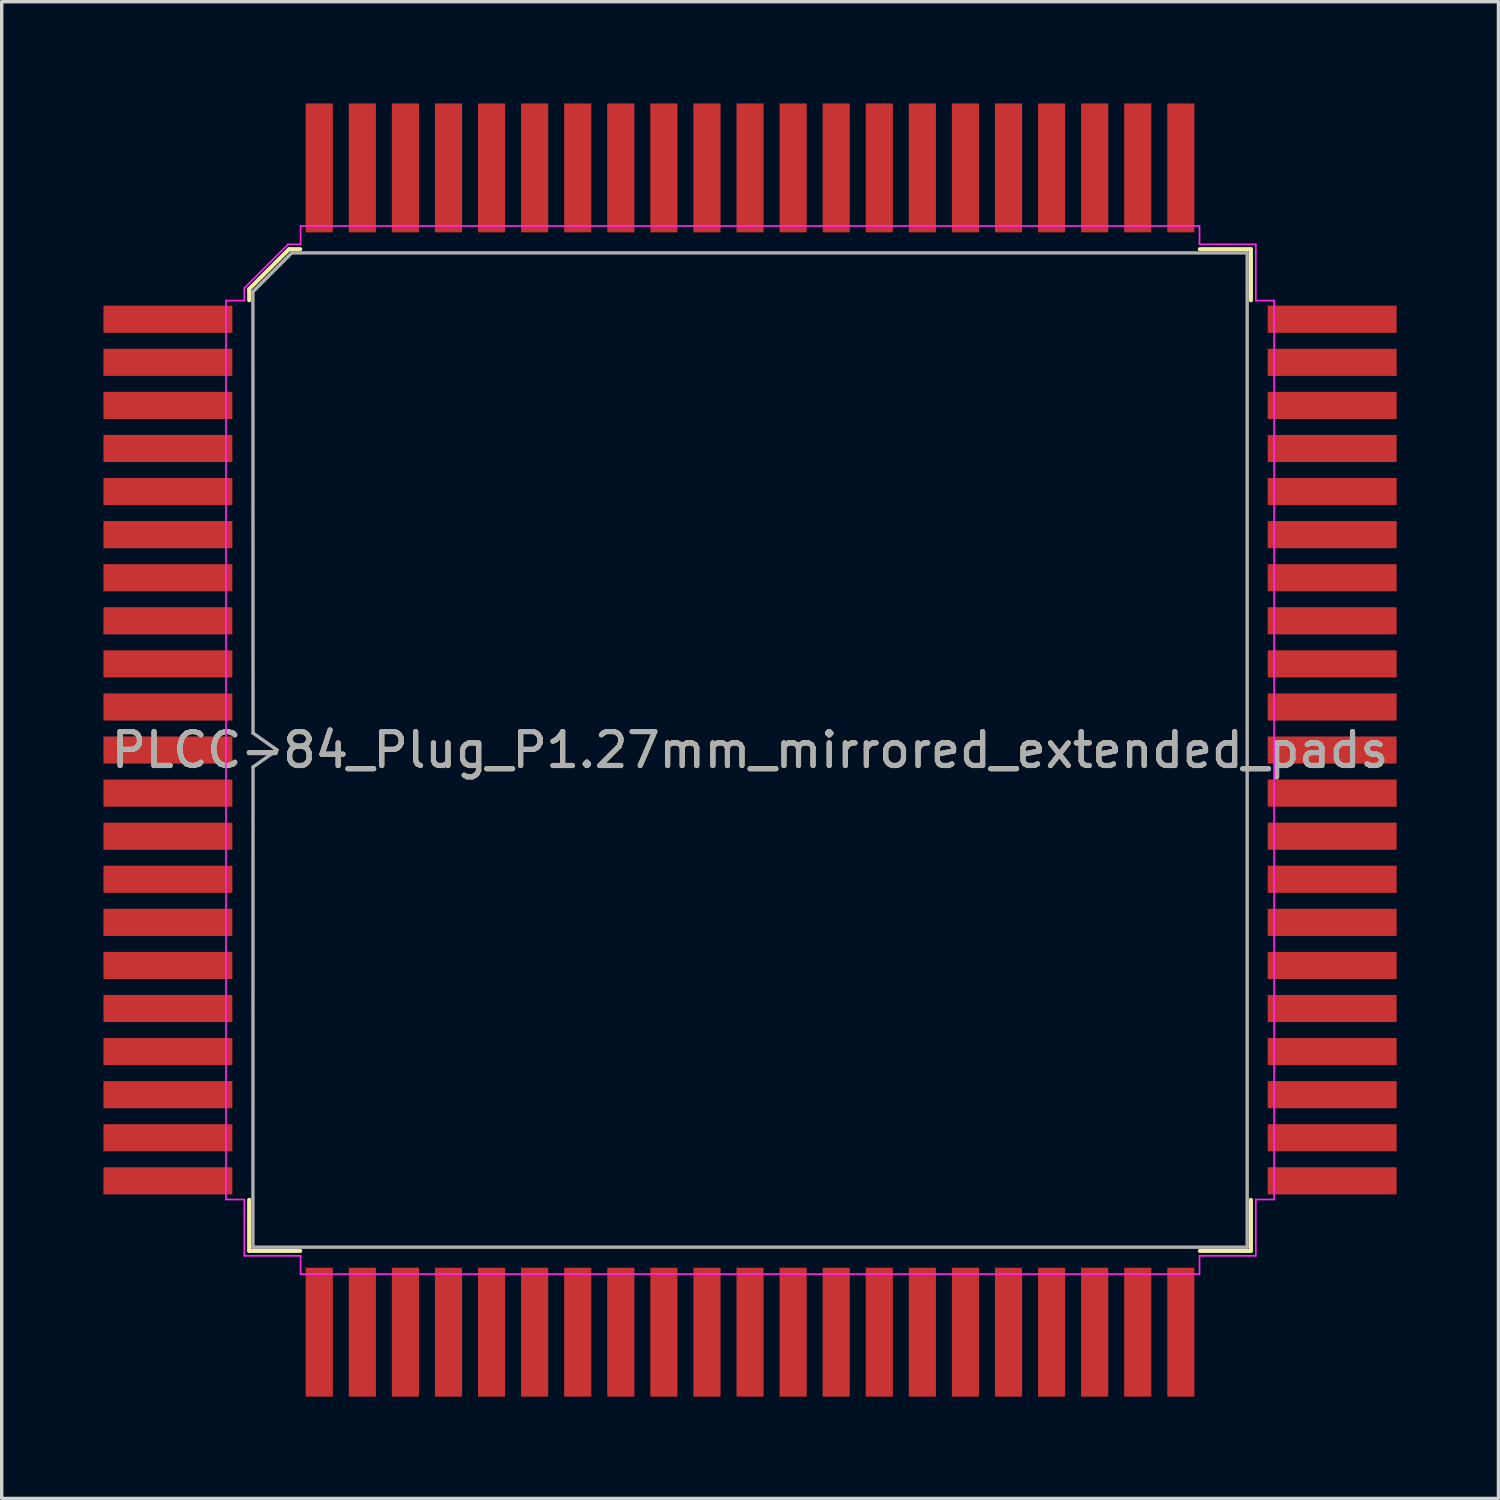
<source format=kicad_pcb>
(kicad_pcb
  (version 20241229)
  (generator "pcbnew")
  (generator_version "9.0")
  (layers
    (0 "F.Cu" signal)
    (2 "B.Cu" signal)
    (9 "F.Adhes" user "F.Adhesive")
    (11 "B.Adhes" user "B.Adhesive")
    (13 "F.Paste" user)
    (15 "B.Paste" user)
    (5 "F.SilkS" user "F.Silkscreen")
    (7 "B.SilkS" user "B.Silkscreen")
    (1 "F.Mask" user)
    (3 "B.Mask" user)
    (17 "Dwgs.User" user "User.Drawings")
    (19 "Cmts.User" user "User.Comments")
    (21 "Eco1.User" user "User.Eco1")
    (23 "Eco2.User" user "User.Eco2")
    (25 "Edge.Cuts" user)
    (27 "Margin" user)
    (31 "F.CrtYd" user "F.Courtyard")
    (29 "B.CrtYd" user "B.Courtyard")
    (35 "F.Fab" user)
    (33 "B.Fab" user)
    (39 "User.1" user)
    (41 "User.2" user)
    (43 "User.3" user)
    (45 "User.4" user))
  (footprint "PLCC-84_Plug_P1.27mm_mirrored_extended_pads"
    (layer "F.Cu")
    (at 19.062 19.062)
    (property "Reference" "PLCC-84_Plug_P1.27mm_mirrored_extended_pads" (at 0 0.001 0) (layer "F.SilkS") (effects (font (size 1 1) (thickness 0.15))))
    (attr smd)
    (fp_line (start -14.766 -13.591) (end -14.766 -13.26) (stroke (width 0.12) (type solid)) (layer "F.SilkS"))
    (fp_line (start -14.766 14.766) (end -14.766 13.26) (stroke (width 0.12) (type solid)) (layer "F.SilkS"))
    (fp_line (start -13.591 -14.766) (end -14.766 -13.591) (stroke (width 0.12) (type solid)) (layer "F.SilkS"))
    (fp_line (start -13.26 -14.766) (end -13.591 -14.766) (stroke (width 0.12) (type solid)) (layer "F.SilkS"))
    (fp_line (start -13.26 14.766) (end -14.766 14.766) (stroke (width 0.12) (type solid)) (layer "F.SilkS"))
    (fp_line (start 13.26 -14.766) (end 14.766 -14.766) (stroke (width 0.12) (type solid)) (layer "F.SilkS"))
    (fp_line (start 13.26 14.766) (end 14.766 14.766) (stroke (width 0.12) (type solid)) (layer "F.SilkS"))
    (fp_line (start 14.766 -14.766) (end 14.766 -13.26) (stroke (width 0.12) (type solid)) (layer "F.SilkS"))
    (fp_line (start 14.766 14.766) (end 14.766 13.26) (stroke (width 0.12) (type solid)) (layer "F.SilkS"))
    (fp_line (start -15.45 -13.25) (end -15.45 0) (stroke (width 0.05) (type solid)) (layer "F.CrtYd"))
    (fp_line (start -15.45 13.25) (end -15.45 0) (stroke (width 0.05) (type solid)) (layer "F.CrtYd"))
    (fp_line (start -14.91 -13.62) (end -14.91 -13.25) (stroke (width 0.05) (type solid)) (layer "F.CrtYd"))
    (fp_line (start -14.91 -13.25) (end -15.45 -13.25) (stroke (width 0.05) (type solid)) (layer "F.CrtYd"))
    (fp_line (start -14.91 13.25) (end -15.45 13.25) (stroke (width 0.05) (type solid)) (layer "F.CrtYd"))
    (fp_line (start -14.91 14.91) (end -14.91 13.25) (stroke (width 0.05) (type solid)) (layer "F.CrtYd"))
    (fp_line (start -13.62 -14.91) (end -14.91 -13.62) (stroke (width 0.05) (type solid)) (layer "F.CrtYd"))
    (fp_line (start -13.25 -15.45) (end -13.25 -14.91) (stroke (width 0.05) (type solid)) (layer "F.CrtYd"))
    (fp_line (start -13.25 -14.91) (end -13.62 -14.91) (stroke (width 0.05) (type solid)) (layer "F.CrtYd"))
    (fp_line (start -13.25 14.91) (end -14.91 14.91) (stroke (width 0.05) (type solid)) (layer "F.CrtYd"))
    (fp_line (start -13.25 15.45) (end -13.25 14.91) (stroke (width 0.05) (type solid)) (layer "F.CrtYd"))
    (fp_line (start 0 -15.45) (end -13.25 -15.45) (stroke (width 0.05) (type solid)) (layer "F.CrtYd"))
    (fp_line (start 0 -15.45) (end 13.25 -15.45) (stroke (width 0.05) (type solid)) (layer "F.CrtYd"))
    (fp_line (start 0 15.45) (end -13.25 15.45) (stroke (width 0.05) (type solid)) (layer "F.CrtYd"))
    (fp_line (start 0 15.45) (end 13.25 15.45) (stroke (width 0.05) (type solid)) (layer "F.CrtYd"))
    (fp_line (start 13.25 -15.45) (end 13.25 -14.91) (stroke (width 0.05) (type solid)) (layer "F.CrtYd"))
    (fp_line (start 13.25 -14.91) (end 14.91 -14.91) (stroke (width 0.05) (type solid)) (layer "F.CrtYd"))
    (fp_line (start 13.25 14.91) (end 14.91 14.91) (stroke (width 0.05) (type solid)) (layer "F.CrtYd"))
    (fp_line (start 13.25 15.45) (end 13.25 14.91) (stroke (width 0.05) (type solid)) (layer "F.CrtYd"))
    (fp_line (start 14.91 -14.91) (end 14.91 -13.25) (stroke (width 0.05) (type solid)) (layer "F.CrtYd"))
    (fp_line (start 14.91 -13.25) (end 15.45 -13.25) (stroke (width 0.05) (type solid)) (layer "F.CrtYd"))
    (fp_line (start 14.91 13.25) (end 15.45 13.25) (stroke (width 0.05) (type solid)) (layer "F.CrtYd"))
    (fp_line (start 14.91 14.91) (end 14.91 13.25) (stroke (width 0.05) (type solid)) (layer "F.CrtYd"))
    (fp_line (start 15.45 -13.25) (end 15.45 0) (stroke (width 0.05) (type solid)) (layer "F.CrtYd"))
    (fp_line (start 15.45 13.25) (end 15.45 0) (stroke (width 0.05) (type solid)) (layer "F.CrtYd"))
    (fp_line (start -14.656 -13.513) (end -13.513 -14.656) (stroke (width 0.1) (type solid)) (layer "F.Fab"))
    (fp_line (start -14.656 14.656) (end -14.652 0.5) (stroke (width 0.1) (type solid)) (layer "F.Fab"))
    (fp_line (start -14.652 -0.5) (end -14.656 -13.513) (stroke (width 0.1) (type solid)) (layer "F.Fab"))
    (fp_line (start -14.652 0.5) (end -13.945 0) (stroke (width 0.1) (type solid)) (layer "F.Fab"))
    (fp_line (start -13.945 0) (end -14.652 -0.5) (stroke (width 0.1) (type solid)) (layer "F.Fab"))
    (fp_line (start -13.513 -14.656) (end 14.656 -14.656) (stroke (width 0.1) (type solid)) (layer "F.Fab"))
    (fp_line (start 14.656 -14.656) (end 14.656 14.656) (stroke (width 0.1) (type solid)) (layer "F.Fab"))
    (fp_line (start 14.656 14.656) (end -14.656 14.656) (stroke (width 0.1) (type solid)) (layer "F.Fab"))
    (fp_text user "${REFERENCE}" (at 0 0 0) (layer "F.Fab") (effects (font (size 1 1) (thickness 0.15))))
    (pad "1" smd rect (at -17.162 0) (size 3.8 0.8) (layers "F.Cu" "F.Mask" "F.Paste"))
    (pad "2" smd rect (at -17.162 -1.27) (size 3.8 0.8) (layers "F.Cu" "F.Mask" "F.Paste"))
    (pad "3" smd rect (at -17.162 -2.54) (size 3.8 0.8) (layers "F.Cu" "F.Mask" "F.Paste"))
    (pad "4" smd rect (at -17.162 -3.81) (size 3.8 0.8) (layers "F.Cu" "F.Mask" "F.Paste"))
    (pad "5" smd rect (at -17.162 -5.08) (size 3.8 0.8) (layers "F.Cu" "F.Mask" "F.Paste"))
    (pad "6" smd rect (at -17.162 -6.35) (size 3.8 0.8) (layers "F.Cu" "F.Mask" "F.Paste"))
    (pad "7" smd rect (at -17.162 -7.62) (size 3.8 0.8) (layers "F.Cu" "F.Mask" "F.Paste"))
    (pad "8" smd rect (at -17.162 -8.89) (size 3.8 0.8) (layers "F.Cu" "F.Mask" "F.Paste"))
    (pad "9" smd rect (at -17.162 -10.16) (size 3.8 0.8) (layers "F.Cu" "F.Mask" "F.Paste"))
    (pad "10" smd rect (at -17.162 -11.43) (size 3.8 0.8) (layers "F.Cu" "F.Mask" "F.Paste"))
    (pad "11" smd rect (at -17.162 -12.7) (size 3.8 0.8) (layers "F.Cu" "F.Mask" "F.Paste"))
    (pad "12" smd rect (at -12.7 -17.162) (size 0.8 3.8) (layers "F.Cu" "F.Mask" "F.Paste"))
    (pad "13" smd rect (at -11.43 -17.162) (size 0.8 3.8) (layers "F.Cu" "F.Mask" "F.Paste"))
    (pad "14" smd rect (at -10.16 -17.162) (size 0.8 3.8) (layers "F.Cu" "F.Mask" "F.Paste"))
    (pad "15" smd rect (at -8.89 -17.162) (size 0.8 3.8) (layers "F.Cu" "F.Mask" "F.Paste"))
    (pad "16" smd rect (at -7.62 -17.162) (size 0.8 3.8) (layers "F.Cu" "F.Mask" "F.Paste"))
    (pad "17" smd rect (at -6.35 -17.162) (size 0.8 3.8) (layers "F.Cu" "F.Mask" "F.Paste"))
    (pad "18" smd rect (at -5.08 -17.162) (size 0.8 3.8) (layers "F.Cu" "F.Mask" "F.Paste"))
    (pad "19" smd rect (at -3.81 -17.162) (size 0.8 3.8) (layers "F.Cu" "F.Mask" "F.Paste"))
    (pad "20" smd rect (at -2.54 -17.162) (size 0.8 3.8) (layers "F.Cu" "F.Mask" "F.Paste"))
    (pad "21" smd rect (at -1.27 -17.162) (size 0.8 3.8) (layers "F.Cu" "F.Mask" "F.Paste"))
    (pad "22" smd rect (at 0 -17.162) (size 0.8 3.8) (layers "F.Cu" "F.Mask" "F.Paste"))
    (pad "23" smd rect (at 1.27 -17.162) (size 0.8 3.8) (layers "F.Cu" "F.Mask" "F.Paste"))
    (pad "24" smd rect (at 2.54 -17.162) (size 0.8 3.8) (layers "F.Cu" "F.Mask" "F.Paste"))
    (pad "25" smd rect (at 3.81 -17.162) (size 0.8 3.8) (layers "F.Cu" "F.Mask" "F.Paste"))
    (pad "26" smd rect (at 5.08 -17.162) (size 0.8 3.8) (layers "F.Cu" "F.Mask" "F.Paste"))
    (pad "27" smd rect (at 6.35 -17.162) (size 0.8 3.8) (layers "F.Cu" "F.Mask" "F.Paste"))
    (pad "28" smd rect (at 7.62 -17.162) (size 0.8 3.8) (layers "F.Cu" "F.Mask" "F.Paste"))
    (pad "29" smd rect (at 8.89 -17.162) (size 0.8 3.8) (layers "F.Cu" "F.Mask" "F.Paste"))
    (pad "30" smd rect (at 10.16 -17.162) (size 0.8 3.8) (layers "F.Cu" "F.Mask" "F.Paste"))
    (pad "31" smd rect (at 11.43 -17.162) (size 0.8 3.8) (layers "F.Cu" "F.Mask" "F.Paste"))
    (pad "32" smd rect (at 12.7 -17.162) (size 0.8 3.8) (layers "F.Cu" "F.Mask" "F.Paste"))
    (pad "33" smd rect (at 17.162 -12.7) (size 3.8 0.8) (layers "F.Cu" "F.Mask" "F.Paste"))
    (pad "34" smd rect (at 17.162 -11.43) (size 3.8 0.8) (layers "F.Cu" "F.Mask" "F.Paste"))
    (pad "35" smd rect (at 17.162 -10.16) (size 3.8 0.8) (layers "F.Cu" "F.Mask" "F.Paste"))
    (pad "36" smd rect (at 17.162 -8.89) (size 3.8 0.8) (layers "F.Cu" "F.Mask" "F.Paste"))
    (pad "37" smd rect (at 17.162 -7.62) (size 3.8 0.8) (layers "F.Cu" "F.Mask" "F.Paste"))
    (pad "38" smd rect (at 17.162 -6.35) (size 3.8 0.8) (layers "F.Cu" "F.Mask" "F.Paste"))
    (pad "39" smd rect (at 17.162 -5.08) (size 3.8 0.8) (layers "F.Cu" "F.Mask" "F.Paste"))
    (pad "40" smd rect (at 17.162 -3.81) (size 3.8 0.8) (layers "F.Cu" "F.Mask" "F.Paste"))
    (pad "41" smd rect (at 17.162 -2.54) (size 3.8 0.8) (layers "F.Cu" "F.Mask" "F.Paste"))
    (pad "42" smd rect (at 17.162 -1.27) (size 3.8 0.8) (layers "F.Cu" "F.Mask" "F.Paste"))
    (pad "43" smd rect (at 17.162 0) (size 3.8 0.8) (layers "F.Cu" "F.Mask" "F.Paste"))
    (pad "44" smd rect (at 17.162 1.27) (size 3.8 0.8) (layers "F.Cu" "F.Mask" "F.Paste"))
    (pad "45" smd rect (at 17.162 2.54) (size 3.8 0.8) (layers "F.Cu" "F.Mask" "F.Paste"))
    (pad "46" smd rect (at 17.162 3.81) (size 3.8 0.8) (layers "F.Cu" "F.Mask" "F.Paste"))
    (pad "47" smd rect (at 17.162 5.08) (size 3.8 0.8) (layers "F.Cu" "F.Mask" "F.Paste"))
    (pad "48" smd rect (at 17.162 6.35) (size 3.8 0.8) (layers "F.Cu" "F.Mask" "F.Paste"))
    (pad "49" smd rect (at 17.162 7.62) (size 3.8 0.8) (layers "F.Cu" "F.Mask" "F.Paste"))
    (pad "50" smd rect (at 17.162 8.89) (size 3.8 0.8) (layers "F.Cu" "F.Mask" "F.Paste"))
    (pad "51" smd rect (at 17.162 10.16) (size 3.8 0.8) (layers "F.Cu" "F.Mask" "F.Paste"))
    (pad "52" smd rect (at 17.162 11.43) (size 3.8 0.8) (layers "F.Cu" "F.Mask" "F.Paste"))
    (pad "53" smd rect (at 17.162 12.7) (size 3.8 0.8) (layers "F.Cu" "F.Mask" "F.Paste"))
    (pad "54" smd rect (at 12.7 17.162) (size 0.8 3.8) (layers "F.Cu" "F.Mask" "F.Paste"))
    (pad "55" smd rect (at 11.43 17.162) (size 0.8 3.8) (layers "F.Cu" "F.Mask" "F.Paste"))
    (pad "56" smd rect (at 10.16 17.162) (size 0.8 3.8) (layers "F.Cu" "F.Mask" "F.Paste"))
    (pad "57" smd rect (at 8.89 17.162) (size 0.8 3.8) (layers "F.Cu" "F.Mask" "F.Paste"))
    (pad "58" smd rect (at 7.62 17.162) (size 0.8 3.8) (layers "F.Cu" "F.Mask" "F.Paste"))
    (pad "59" smd rect (at 6.35 17.162) (size 0.8 3.8) (layers "F.Cu" "F.Mask" "F.Paste"))
    (pad "60" smd rect (at 5.08 17.162) (size 0.8 3.8) (layers "F.Cu" "F.Mask" "F.Paste"))
    (pad "61" smd rect (at 3.81 17.162) (size 0.8 3.8) (layers "F.Cu" "F.Mask" "F.Paste"))
    (pad "62" smd rect (at 2.54 17.162) (size 0.8 3.8) (layers "F.Cu" "F.Mask" "F.Paste"))
    (pad "63" smd rect (at 1.27 17.162) (size 0.8 3.8) (layers "F.Cu" "F.Mask" "F.Paste"))
    (pad "64" smd rect (at 0 17.162) (size 0.8 3.8) (layers "F.Cu" "F.Mask" "F.Paste"))
    (pad "65" smd rect (at -1.27 17.162) (size 0.8 3.8) (layers "F.Cu" "F.Mask" "F.Paste"))
    (pad "66" smd rect (at -2.54 17.162) (size 0.8 3.8) (layers "F.Cu" "F.Mask" "F.Paste"))
    (pad "67" smd rect (at -3.81 17.162) (size 0.8 3.8) (layers "F.Cu" "F.Mask" "F.Paste"))
    (pad "68" smd rect (at -5.08 17.162) (size 0.8 3.8) (layers "F.Cu" "F.Mask" "F.Paste"))
    (pad "69" smd rect (at -6.35 17.162) (size 0.8 3.8) (layers "F.Cu" "F.Mask" "F.Paste"))
    (pad "70" smd rect (at -7.62 17.162) (size 0.8 3.8) (layers "F.Cu" "F.Mask" "F.Paste"))
    (pad "71" smd rect (at -8.89 17.162) (size 0.8 3.8) (layers "F.Cu" "F.Mask" "F.Paste"))
    (pad "72" smd rect (at -10.16 17.162) (size 0.8 3.8) (layers "F.Cu" "F.Mask" "F.Paste"))
    (pad "73" smd rect (at -11.43 17.162) (size 0.8 3.8) (layers "F.Cu" "F.Mask" "F.Paste"))
    (pad "74" smd rect (at -12.7 17.162) (size 0.8 3.8) (layers "F.Cu" "F.Mask" "F.Paste"))
    (pad "75" smd rect (at -17.162 12.7) (size 3.8 0.8) (layers "F.Cu" "F.Mask" "F.Paste"))
    (pad "76" smd rect (at -17.162 11.43) (size 3.8 0.8) (layers "F.Cu" "F.Mask" "F.Paste"))
    (pad "77" smd rect (at -17.162 10.16) (size 3.8 0.8) (layers "F.Cu" "F.Mask" "F.Paste"))
    (pad "78" smd rect (at -17.162 8.89) (size 3.8 0.8) (layers "F.Cu" "F.Mask" "F.Paste"))
    (pad "79" smd rect (at -17.162 7.62) (size 3.8 0.8) (layers "F.Cu" "F.Mask" "F.Paste"))
    (pad "80" smd rect (at -17.162 6.35) (size 3.8 0.8) (layers "F.Cu" "F.Mask" "F.Paste"))
    (pad "81" smd rect (at -17.162 5.08) (size 3.8 0.8) (layers "F.Cu" "F.Mask" "F.Paste"))
    (pad "82" smd rect (at -17.162 3.81) (size 3.8 0.8) (layers "F.Cu" "F.Mask" "F.Paste"))
    (pad "83" smd rect (at -17.162 2.54) (size 3.8 0.8) (layers "F.Cu" "F.Mask" "F.Paste"))
    (pad "84" smd rect (at -17.162 1.27) (size 3.8 0.8) (layers "F.Cu" "F.Mask" "F.Paste")))
  (gr_rect
    (start -3 -3)
    (end 41.125 41.125)
    (stroke (width 0.1) (type default))
    (fill no)
    (layer "Edge.Cuts")))
</source>
